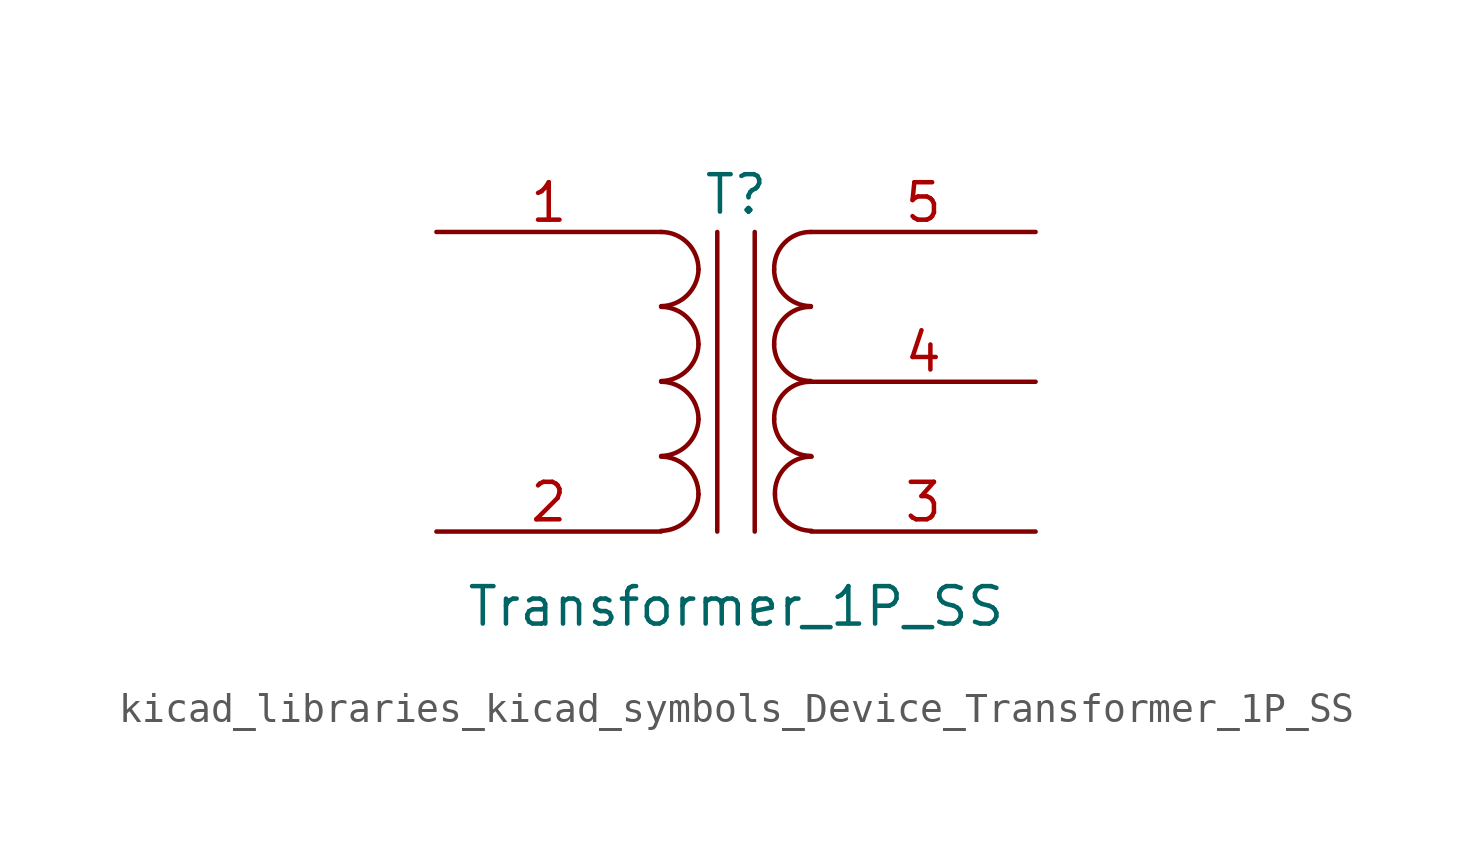
<source format=kicad_sym>
(kicad_symbol_lib
  (version 20220914)
  (generator kicad_symbol_editor)
  (symbol "kicad_libraries_kicad_symbols_Device_Transformer_1P_SS"
    (pin_names
      (offset 1.016) hide)
    (property "Reference" "T"
      (at 0 6.35 0)
      (effects (font (size 1.27 1.27))))
    (property "Value" "Transformer_1P_SS"
      (at 0 -7.62 0)
      (effects (font (size 1.27 1.27))))
    (symbol "kicad_libraries_kicad_symbols_Device_Transformer_1P_SS_0_1"
      (arc (start -2.54 -5.0546) (mid -1.6599 -4.6901) (end -1.27 -3.81) (stroke (width 0) (type default)) (fill (type none)))
      (arc (start -2.54 -2.5146) (mid -1.6599 -2.1501) (end -1.27 -1.27) (stroke (width 0) (type default)) (fill (type none)))
      (arc (start -2.54 0.0254) (mid -1.6599 0.3899) (end -1.27 1.27) (stroke (width 0) (type default)) (fill (type none)))
      (arc (start -2.54 2.5654) (mid -1.6599 2.9299) (end -1.27 3.81) (stroke (width 0) (type default)) (fill (type none)))
      (arc (start -1.27 -3.81) (mid -1.642 -2.912) (end -2.54 -2.54) (stroke (width 0) (type default)) (fill (type none)))
      (arc (start -1.27 -1.27) (mid -1.642 -0.372) (end -2.54 0) (stroke (width 0) (type default)) (fill (type none)))
      (arc (start -1.27 1.27) (mid -1.642 2.168) (end -2.54 2.54) (stroke (width 0) (type default)) (fill (type none)))
      (arc (start -1.27 3.81) (mid -1.642 4.708) (end -2.54 5.08) (stroke (width 0) (type default)) (fill (type none)))
      (polyline (pts (xy -0.635 5.08) (xy -0.635 -5.08)) (stroke (width 0) (type default)) (fill (type none)))
      (polyline (pts (xy 0.635 -5.08) (xy 0.635 5.08)) (stroke (width 0) (type default)) (fill (type none)))
      (arc (start 1.2954 -1.27) (mid 1.6599 -2.1501) (end 2.54 -2.5146) (stroke (width 0) (type default)) (fill (type none)))
      (arc (start 1.2954 1.27) (mid 1.6599 0.3899) (end 2.54 0.0254) (stroke (width 0) (type default)) (fill (type none)))
      (arc (start 1.2954 3.81) (mid 1.6599 2.9299) (end 2.54 2.5654) (stroke (width 0) (type default)) (fill (type none)))
      (arc (start 1.3208 -3.81) (mid 1.6853 -4.6901) (end 2.5654 -5.0546) (stroke (width 0) (type default)) (fill (type none)))
      (arc (start 2.54 0) (mid 1.642 -0.372) (end 1.2954 -1.27) (stroke (width 0) (type default)) (fill (type none)))
      (arc (start 2.54 2.54) (mid 1.642 2.168) (end 1.2954 1.27) (stroke (width 0) (type default)) (fill (type none)))
      (arc (start 2.54 5.08) (mid 1.642 4.708) (end 1.2954 3.81) (stroke (width 0) (type default)) (fill (type none)))
      (arc (start 2.5654 -2.54) (mid 1.6674 -2.912) (end 1.3208 -3.81) (stroke (width 0) (type default)) (fill (type none))))
    (symbol "kicad_libraries_kicad_symbols_Device_Transformer_1P_SS_1_1"
      (pin passive line (at -10.16 5.08 0) (length 7.62) (name "AA" (effects (font (size 1.27 1.27)))) (number "1" (effects (font (size 1.27 1.27)))))
      (pin passive line (at -10.16 -5.08 0) (length 7.62) (name "AB" (effects (font (size 1.27 1.27)))) (number "2" (effects (font (size 1.27 1.27)))))
      (pin passive line (at 10.16 -5.08 180) (length 7.62) (name "SA" (effects (font (size 1.27 1.27)))) (number "3" (effects (font (size 1.27 1.27)))))
      (pin passive line (at 10.16 0 180) (length 7.62) (name "SC" (effects (font (size 1.27 1.27)))) (number "4" (effects (font (size 1.27 1.27)))))
      (pin passive line (at 10.16 5.08 180) (length 7.62) (name "SB" (effects (font (size 1.27 1.27)))) (number "5" (effects (font (size 1.27 1.27))))))))
</source>
